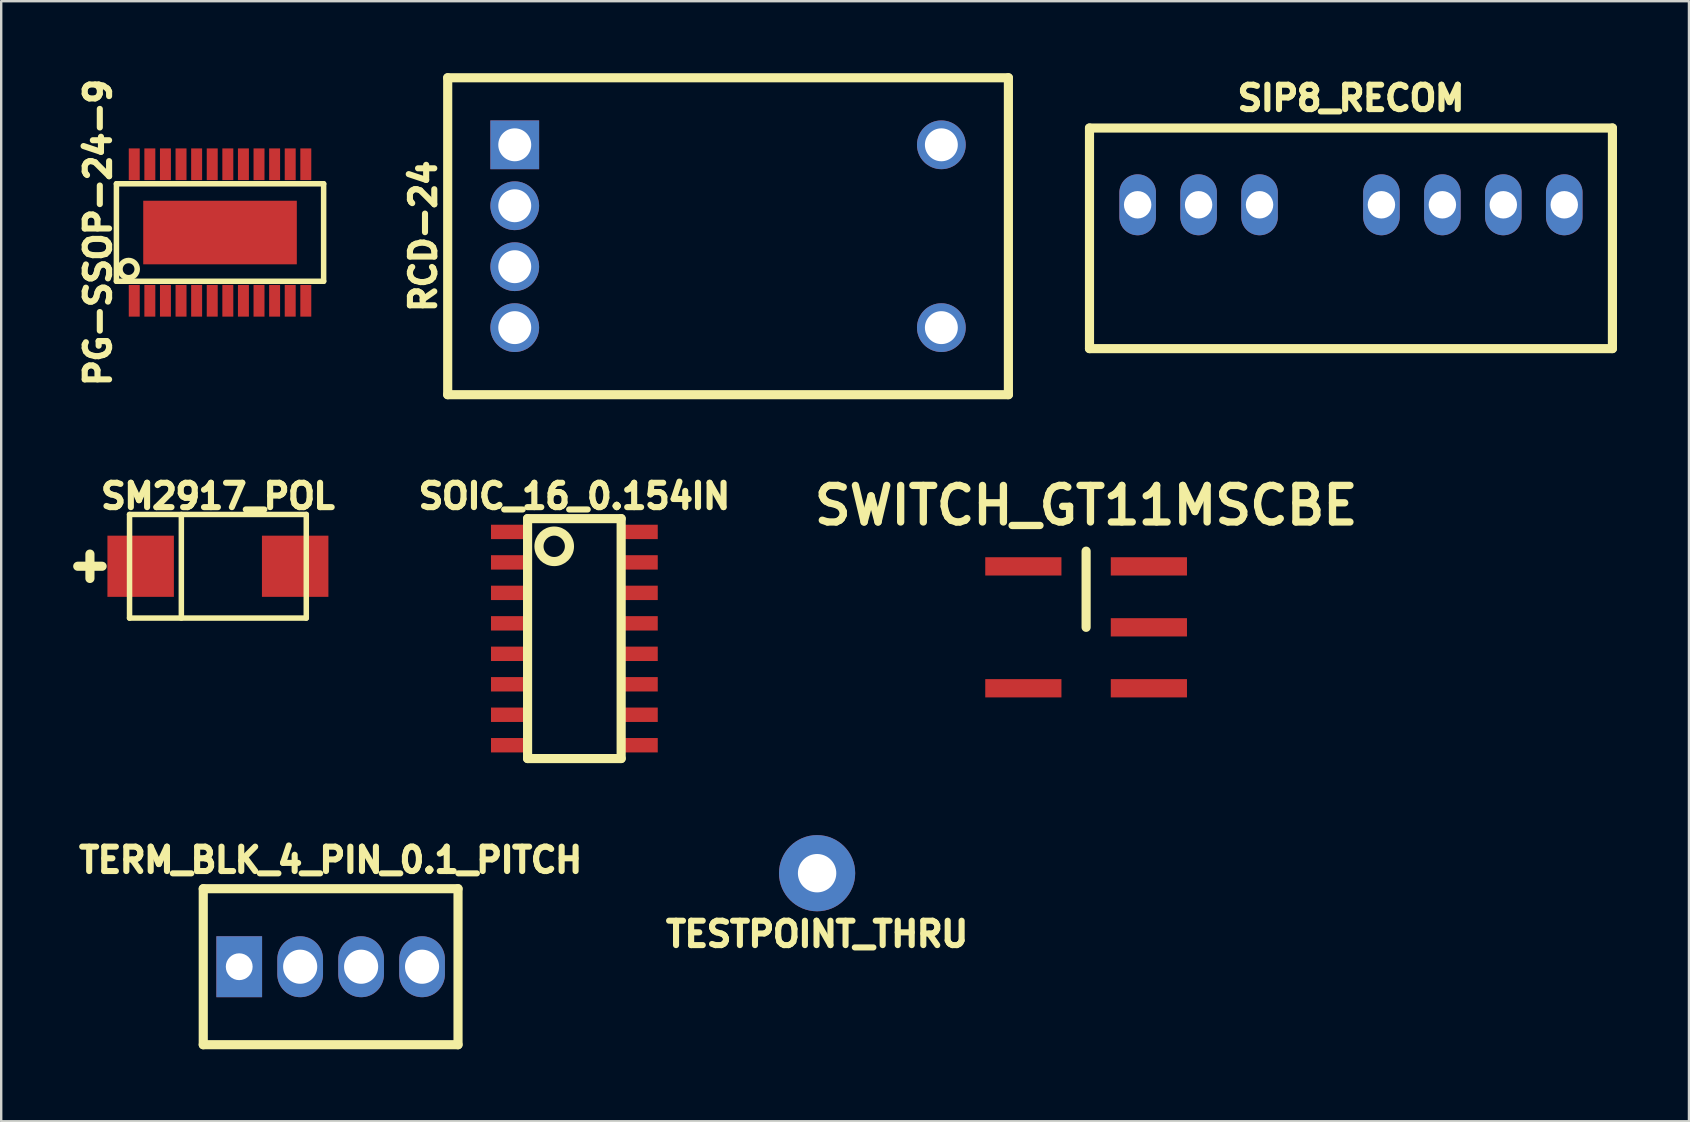
<source format=kicad_pcb>
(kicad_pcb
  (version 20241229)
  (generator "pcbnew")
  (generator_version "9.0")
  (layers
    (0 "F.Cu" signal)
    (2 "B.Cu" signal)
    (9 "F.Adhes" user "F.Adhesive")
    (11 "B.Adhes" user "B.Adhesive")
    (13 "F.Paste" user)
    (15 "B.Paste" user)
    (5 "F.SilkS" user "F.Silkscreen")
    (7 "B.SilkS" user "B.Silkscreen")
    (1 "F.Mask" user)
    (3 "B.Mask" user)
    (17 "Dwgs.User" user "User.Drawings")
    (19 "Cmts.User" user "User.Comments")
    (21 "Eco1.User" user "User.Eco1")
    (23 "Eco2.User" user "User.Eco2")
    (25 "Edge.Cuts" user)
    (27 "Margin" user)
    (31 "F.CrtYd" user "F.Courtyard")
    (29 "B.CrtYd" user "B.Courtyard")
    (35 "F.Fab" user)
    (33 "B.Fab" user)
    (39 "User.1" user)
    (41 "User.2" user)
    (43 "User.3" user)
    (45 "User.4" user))
  (footprint "TESTPOINT_THRU"
    (layer "F.Cu")
    (at 31.004 33.342)
    (property "Reference" "TESTPOINT_THRU" (at 0 2.54 0) (layer "F.SilkS") (effects (font (size 1.016 1.016) (thickness 0.254))))
    (attr through_hole)
    (pad "1" thru_hole circle (at 0 0) (size 3.175 3.175) (drill 1.6) (layers "*.Cu" "*.Mask")))
  (footprint "TERM_BLK_4_PIN_0.1_PITCH"
    (layer "F.Cu")
    (at 10.73 37.24)
    (property "Reference" "TERM_BLK_4_PIN_0.1_PITCH" (at 0 -4.445 0) (layer "F.SilkS") (effects (font (size 1.016 1.016) (thickness 0.254))))
    (attr through_hole)
    (fp_line (start -5.309 -3.251) (end -5.309 3.251) (stroke (width 0.381) (type solid)) (layer "F.SilkS"))
    (fp_line (start -5.309 -3.251) (end 5.309 -3.251) (stroke (width 0.381) (type solid)) (layer "F.SilkS"))
    (fp_line (start -5.309 3.251) (end 5.309 3.251) (stroke (width 0.381) (type solid)) (layer "F.SilkS"))
    (fp_line (start 5.309 -3.251) (end 5.309 3.251) (stroke (width 0.381) (type solid)) (layer "F.SilkS"))
    (pad "1" thru_hole rect (at -3.81 0) (size 1.905 2.54) (drill 1.118) (layers "*.Cu" "*.Mask"))
    (pad "2" thru_hole oval (at -1.27 0) (size 1.905 2.54) (drill 1.422) (layers "*.Cu" "*.Mask"))
    (pad "3" thru_hole oval (at 1.27 0) (size 1.905 2.54) (drill 1.422) (layers "*.Cu" "*.Mask"))
    (pad "4" thru_hole oval (at 3.81 0) (size 1.905 2.54) (drill 1.422) (layers "*.Cu" "*.Mask")))
  (footprint "SIP8_RECOM"
    (layer "F.Cu")
    (at 53.254 5.485)
    (property "Reference" "SIP8_RECOM" (at 0 -4.445 0) (layer "F.SilkS") (effects (font (size 1.016 1.016) (thickness 0.254))))
    (attr through_hole)
    (fp_line (start -10.897 -3.2) (end -10.897 5.994) (stroke (width 0.381) (type solid)) (layer "F.SilkS"))
    (fp_line (start -10.897 -3.2) (end 10.897 -3.2) (stroke (width 0.381) (type solid)) (layer "F.SilkS"))
    (fp_line (start -10.897 5.994) (end 10.897 5.994) (stroke (width 0.381) (type solid)) (layer "F.SilkS"))
    (fp_line (start 10.897 -3.2) (end 10.897 5.994) (stroke (width 0.381) (type solid)) (layer "F.SilkS"))
    (pad "1" thru_hole oval (at -8.89 0) (size 1.524 2.54) (drill 1.143) (layers "*.Cu" "*.Mask"))
    (pad "2" thru_hole oval (at -6.35 0) (size 1.524 2.54) (drill 1.143) (layers "*.Cu" "*.Mask"))
    (pad "3" thru_hole oval (at -3.81 0) (size 1.524 2.54) (drill 1.143) (layers "*.Cu" "*.Mask"))
    (pad "5" thru_hole oval (at 1.27 0) (size 1.524 2.54) (drill 1.143) (layers "*.Cu" "*.Mask"))
    (pad "6" thru_hole oval (at 3.81 0) (size 1.524 2.54) (drill 1.143) (layers "*.Cu" "*.Mask"))
    (pad "7" thru_hole oval (at 6.35 0) (size 1.524 2.54) (drill 1.143) (layers "*.Cu" "*.Mask"))
    (pad "8" thru_hole oval (at 8.89 0) (size 1.524 2.54) (drill 1.143) (layers "*.Cu" "*.Mask")))
  (footprint "PG-SSOP-24-9"
    (layer "F.Cu")
    (at 6.12 6.641)
    (property "Reference" "PG-SSOP-24-9" (at -5.08 0 90) (layer "F.SilkS") (effects (font (size 1.016 1.016) (thickness 0.254))))
    (attr through_hole)
    (fp_line (start -4.318 -2.032) (end -4.318 2.032) (stroke (width 0.229) (type solid)) (layer "F.SilkS"))
    (fp_line (start -4.318 2.032) (end 4.318 2.032) (stroke (width 0.229) (type solid)) (layer "F.SilkS"))
    (fp_line (start 4.318 -2.032) (end -4.318 -2.032) (stroke (width 0.229) (type solid)) (layer "F.SilkS"))
    (fp_line (start 4.318 2.032) (end 4.318 -2.032) (stroke (width 0.229) (type solid)) (layer "F.SilkS"))
    (fp_circle (center -3.81 1.524) (end -3.556 1.27) (stroke (width 0.229) (type solid)) (fill no) (layer "F.SilkS"))
    (pad "1" smd rect (at -3.575 2.845) (size 0.457 1.321) (layers "F.Cu" "F.Mask" "F.Paste"))
    (pad "2" smd rect (at -2.925 2.845) (size 0.457 1.321) (layers "F.Cu" "F.Mask" "F.Paste"))
    (pad "3" smd rect (at -2.275 2.845) (size 0.457 1.321) (layers "F.Cu" "F.Mask" "F.Paste"))
    (pad "4" smd rect (at -1.625 2.845) (size 0.457 1.321) (layers "F.Cu" "F.Mask" "F.Paste"))
    (pad "5" smd rect (at -0.975 2.845) (size 0.457 1.321) (layers "F.Cu" "F.Mask" "F.Paste"))
    (pad "6" smd rect (at -0.325 2.845) (size 0.457 1.321) (layers "F.Cu" "F.Mask" "F.Paste"))
    (pad "7" smd rect (at 0.325 2.845) (size 0.457 1.321) (layers "F.Cu" "F.Mask" "F.Paste"))
    (pad "8" smd rect (at 0.975 2.845) (size 0.457 1.321) (layers "F.Cu" "F.Mask" "F.Paste"))
    (pad "9" smd rect (at 1.625 2.845) (size 0.457 1.321) (layers "F.Cu" "F.Mask" "F.Paste"))
    (pad "10" smd rect (at 2.275 2.845) (size 0.457 1.321) (layers "F.Cu" "F.Mask" "F.Paste"))
    (pad "11" smd rect (at 2.925 2.845) (size 0.457 1.321) (layers "F.Cu" "F.Mask" "F.Paste"))
    (pad "12" smd rect (at 3.575 2.845) (size 0.457 1.321) (layers "F.Cu" "F.Mask" "F.Paste"))
    (pad "13" smd rect (at 3.575 -2.845) (size 0.457 1.321) (layers "F.Cu" "F.Mask" "F.Paste"))
    (pad "14" smd rect (at 2.925 -2.845) (size 0.457 1.321) (layers "F.Cu" "F.Mask" "F.Paste"))
    (pad "15" smd rect (at 2.275 -2.845) (size 0.457 1.321) (layers "F.Cu" "F.Mask" "F.Paste"))
    (pad "16" smd rect (at 1.625 -2.845) (size 0.457 1.321) (layers "F.Cu" "F.Mask" "F.Paste"))
    (pad "17" smd rect (at 0.975 -2.845) (size 0.457 1.321) (layers "F.Cu" "F.Mask" "F.Paste"))
    (pad "18" smd rect (at 0.325 -2.845) (size 0.457 1.321) (layers "F.Cu" "F.Mask" "F.Paste"))
    (pad "19" smd rect (at -0.325 -2.845) (size 0.457 1.321) (layers "F.Cu" "F.Mask" "F.Paste"))
    (pad "20" smd rect (at -0.975 -2.845) (size 0.457 1.321) (layers "F.Cu" "F.Mask" "F.Paste"))
    (pad "21" smd rect (at -1.625 -2.845) (size 0.457 1.321) (layers "F.Cu" "F.Mask" "F.Paste"))
    (pad "22" smd rect (at -2.275 -2.845) (size 0.457 1.321) (layers "F.Cu" "F.Mask" "F.Paste"))
    (pad "23" smd rect (at -2.925 -2.845) (size 0.457 1.321) (layers "F.Cu" "F.Mask" "F.Paste"))
    (pad "24" smd rect (at -3.575 -2.845) (size 0.457 1.321) (layers "F.Cu" "F.Mask" "F.Paste"))
    (pad "25" smd rect (at 0 0) (size 6.401 2.65) (layers "F.Cu" "F.Mask" "F.Paste")))
  (footprint "SM2917_POL"
    (layer "F.Cu")
    (at 6.032 20.55)
    (property "Reference" "SM2917_POL" (at 0 -2.921 0) (layer "F.SilkS") (effects (font (size 1.016 1.016) (thickness 0.254))))
    (attr smd)
    (fp_line (start -5.334 0.508) (end -5.334 -0.508) (stroke (width 0.381) (type solid)) (layer "F.SilkS"))
    (fp_line (start -4.826 0) (end -5.842 0) (stroke (width 0.381) (type solid)) (layer "F.SilkS"))
    (fp_line (start -3.683 -2.159) (end -3.683 2.159) (stroke (width 0.229) (type solid)) (layer "F.SilkS"))
    (fp_line (start -3.683 -2.159) (end 3.683 -2.159) (stroke (width 0.229) (type solid)) (layer "F.SilkS"))
    (fp_line (start -3.683 2.159) (end 3.683 2.159) (stroke (width 0.229) (type solid)) (layer "F.SilkS"))
    (fp_line (start -1.524 -2.159) (end -1.524 2.159) (stroke (width 0.229) (type solid)) (layer "F.SilkS"))
    (fp_line (start 3.683 2.159) (end 3.683 -2.159) (stroke (width 0.229) (type solid)) (layer "F.SilkS"))
    (pad "1" smd rect (at -3.22 0) (size 2.77 2.55) (layers "F.Cu" "F.Mask" "F.Paste"))
    (pad "2" smd rect (at 3.22 0) (size 2.77 2.55) (layers "F.Cu" "F.Mask" "F.Paste")))
  (footprint "SWITCH_GT11MSCBE"
    (layer "F.Cu")
    (at 42.216 23.095)
    (property "Reference" "SWITCH_GT11MSCBE" (at 0 -5.08 0) (layer "F.SilkS") (effects (font (size 1.524 1.524) (thickness 0.305))))
    (attr through_hole)
    (fp_line (start 0 0) (end 0 -3.175) (stroke (width 0.381) (type solid)) (layer "F.SilkS"))
    (pad "1" smd rect (at 2.616 -2.54) (size 3.175 0.762) (layers "F.Cu" "F.Mask" "F.Paste"))
    (pad "2" smd rect (at 2.616 0) (size 3.175 0.762) (layers "F.Cu" "F.Mask" "F.Paste"))
    (pad "3" smd rect (at 2.616 2.54) (size 3.175 0.762) (layers "F.Cu" "F.Mask" "F.Paste"))
    (pad "4" smd rect (at -2.616 -2.54) (size 3.175 0.762) (layers "F.Cu" "F.Mask" "F.Paste"))
    (pad "6" smd rect (at -2.616 2.54) (size 3.175 0.762) (layers "F.Cu" "F.Mask" "F.Paste")))
  (footprint "RCD-24"
    (layer "F.Cu")
    (at 27.293 6.795)
    (property "Reference" "RCD-24" (at -12.7 0 90) (layer "F.SilkS") (effects (font (size 1.016 1.016) (thickness 0.254))))
    (attr through_hole)
    (fp_line (start -11.684 -6.604) (end -11.684 6.604) (stroke (width 0.381) (type solid)) (layer "F.SilkS"))
    (fp_line (start -11.684 6.604) (end 11.684 6.604) (stroke (width 0.381) (type solid)) (layer "F.SilkS"))
    (fp_line (start 11.684 -6.604) (end -11.684 -6.604) (stroke (width 0.381) (type solid)) (layer "F.SilkS"))
    (fp_line (start 11.684 6.604) (end 11.684 -6.604) (stroke (width 0.381) (type solid)) (layer "F.SilkS"))
    (pad "1" thru_hole rect (at -8.89 -3.81) (size 2.032 2.032) (drill 1.372) (layers "*.Cu" "*.Mask"))
    (pad "2" thru_hole circle (at -8.89 -1.27) (size 2.032 2.032) (drill 1.372) (layers "*.Cu" "*.Mask"))
    (pad "3" thru_hole circle (at -8.89 1.27) (size 2.032 2.032) (drill 1.372) (layers "*.Cu" "*.Mask"))
    (pad "4" thru_hole circle (at -8.89 3.81) (size 2.032 2.032) (drill 1.372) (layers "*.Cu" "*.Mask"))
    (pad "5" thru_hole circle (at 8.89 3.81) (size 2.032 2.032) (drill 1.372) (layers "*.Cu" "*.Mask"))
    (pad "6" thru_hole circle (at 8.89 -3.81) (size 2.032 2.032) (drill 1.372) (layers "*.Cu" "*.Mask")))
  (footprint "SOIC_16_0.154IN"
    (layer "F.Cu")
    (at 20.888 22.929)
    (property "Reference" "SOIC_16_0.154IN" (at 0 -5.3 0) (layer "F.SilkS") (effects (font (size 1.016 1.016) (thickness 0.254))))
    (attr through_hole)
    (fp_line (start -1.95 -4.365) (end -1.95 5.635) (stroke (width 0.381) (type solid)) (layer "F.SilkS"))
    (fp_line (start -1.95 5.635) (end 1.95 5.635) (stroke (width 0.381) (type solid)) (layer "F.SilkS"))
    (fp_line (start 1.95 -4.365) (end -1.95 -4.365) (stroke (width 0.381) (type solid)) (layer "F.SilkS"))
    (fp_line (start 1.95 5.635) (end 1.95 -4.365) (stroke (width 0.381) (type solid)) (layer "F.SilkS"))
    (fp_circle (center -0.84 -3.21) (end -0.84 -3.845) (stroke (width 0.381) (type solid)) (fill no) (layer "F.SilkS"))
    (pad "1" smd rect (at -2.7 -3.81) (size 1.55 0.6) (layers "F.Cu" "F.Mask" "F.Paste"))
    (pad "2" smd rect (at -2.7 -2.54) (size 1.55 0.6) (layers "F.Cu" "F.Mask" "F.Paste"))
    (pad "3" smd rect (at -2.7 -1.27) (size 1.55 0.6) (layers "F.Cu" "F.Mask" "F.Paste"))
    (pad "4" smd rect (at -2.7 0) (size 1.55 0.6) (layers "F.Cu" "F.Mask" "F.Paste"))
    (pad "5" smd rect (at -2.7 1.27) (size 1.55 0.6) (layers "F.Cu" "F.Mask" "F.Paste"))
    (pad "6" smd rect (at -2.7 2.54) (size 1.55 0.6) (layers "F.Cu" "F.Mask" "F.Paste"))
    (pad "7" smd rect (at -2.7 3.81) (size 1.55 0.6) (layers "F.Cu" "F.Mask" "F.Paste"))
    (pad "8" smd rect (at -2.7 5.08) (size 1.55 0.6) (layers "F.Cu" "F.Mask" "F.Paste"))
    (pad "9" smd rect (at 2.7 5.08) (size 1.55 0.6) (layers "F.Cu" "F.Mask" "F.Paste"))
    (pad "10" smd rect (at 2.7 3.81) (size 1.55 0.6) (layers "F.Cu" "F.Mask" "F.Paste"))
    (pad "11" smd rect (at 2.7 2.54) (size 1.55 0.6) (layers "F.Cu" "F.Mask" "F.Paste"))
    (pad "12" smd rect (at 2.7 1.27) (size 1.55 0.6) (layers "F.Cu" "F.Mask" "F.Paste"))
    (pad "13" smd rect (at 2.7 0) (size 1.55 0.6) (layers "F.Cu" "F.Mask" "F.Paste"))
    (pad "14" smd rect (at 2.7 -1.27) (size 1.55 0.6) (layers "F.Cu" "F.Mask" "F.Paste"))
    (pad "15" smd rect (at 2.7 -2.54) (size 1.55 0.6) (layers "F.Cu" "F.Mask" "F.Paste"))
    (pad "16" smd rect (at 2.7 -3.81) (size 1.55 0.6) (layers "F.Cu" "F.Mask" "F.Paste")))
  (gr_rect
    (start -3 -3)
    (end 67.341 43.681)
    (stroke (width 0.1) (type default))
    (fill no)
    (layer "Edge.Cuts")))
</source>
